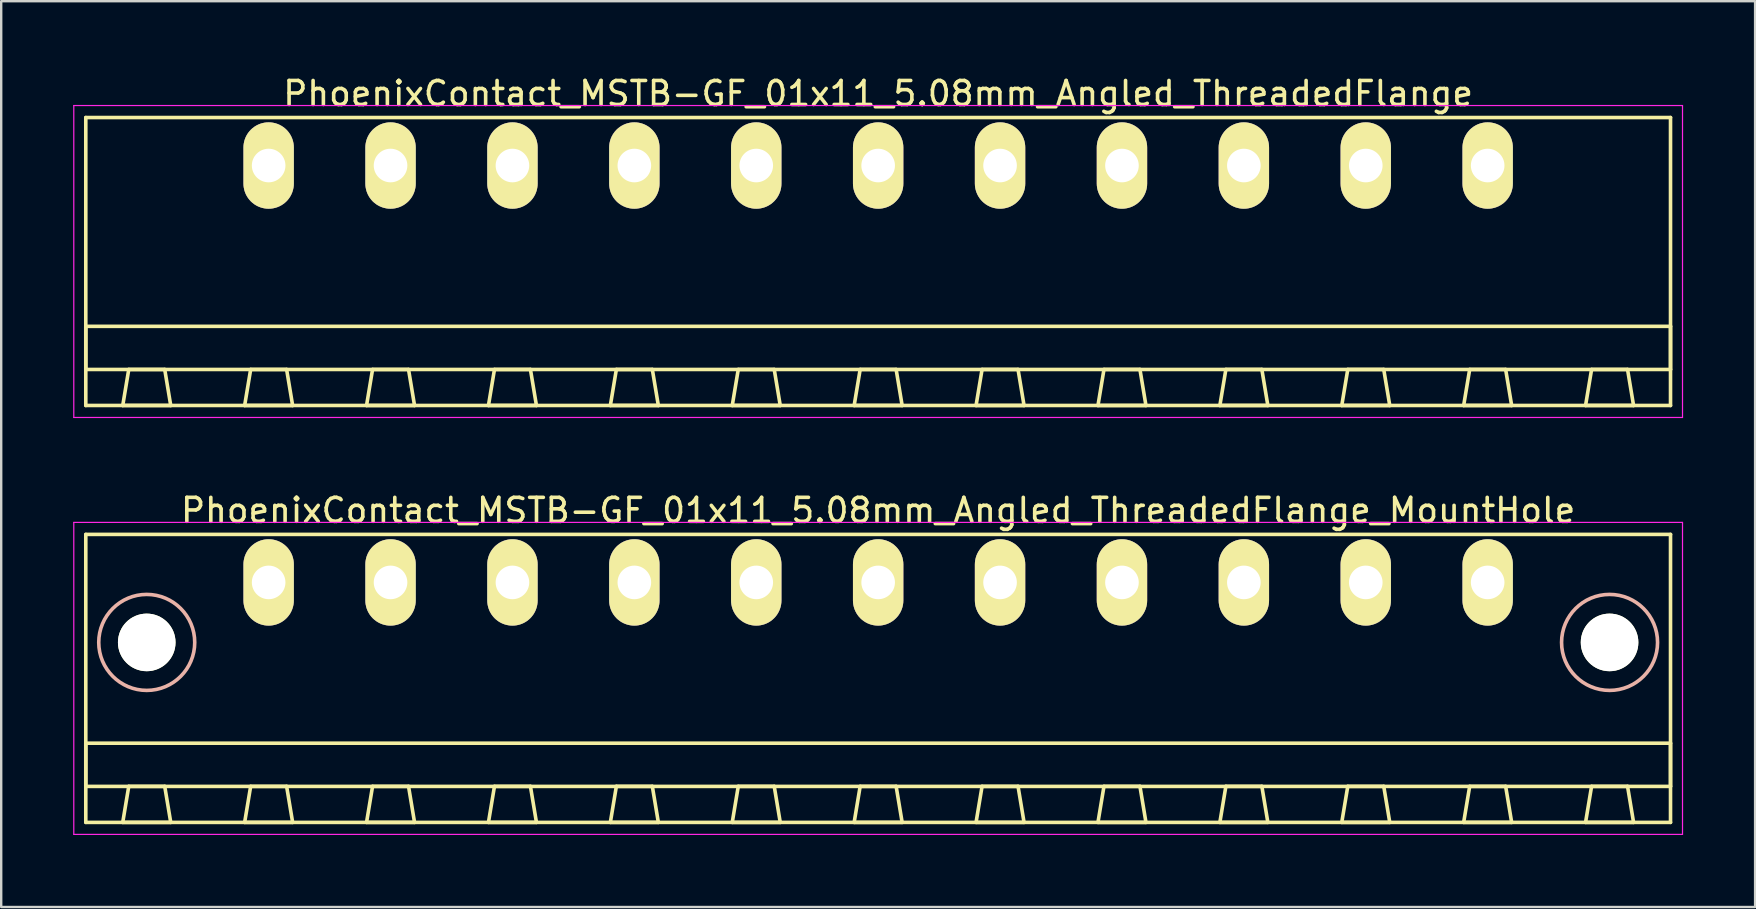
<source format=kicad_pcb>
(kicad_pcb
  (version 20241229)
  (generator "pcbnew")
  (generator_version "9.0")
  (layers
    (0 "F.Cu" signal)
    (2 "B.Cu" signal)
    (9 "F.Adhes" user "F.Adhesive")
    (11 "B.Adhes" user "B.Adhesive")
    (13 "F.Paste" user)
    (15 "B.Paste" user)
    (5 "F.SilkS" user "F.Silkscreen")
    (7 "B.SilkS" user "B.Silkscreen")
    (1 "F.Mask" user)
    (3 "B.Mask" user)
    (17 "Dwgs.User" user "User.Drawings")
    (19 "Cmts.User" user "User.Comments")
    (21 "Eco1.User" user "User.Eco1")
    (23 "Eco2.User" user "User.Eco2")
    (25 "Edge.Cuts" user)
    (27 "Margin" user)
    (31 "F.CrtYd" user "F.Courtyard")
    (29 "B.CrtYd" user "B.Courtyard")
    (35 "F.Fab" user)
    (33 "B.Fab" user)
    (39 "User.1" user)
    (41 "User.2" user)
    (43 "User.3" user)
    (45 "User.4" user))
  (footprint "PhoenixContact_MSTB-GF_01x11_5.08mm_Angled_ThreadedFlange"
    (layer "F.Cu")
    (at 8.145 3.848)
    (property "Reference" "PhoenixContact_MSTB-GF_01x11_5.08mm_Angled_ThreadedFlange" (at 25.4 -3 0) (layer "F.SilkS") (effects (font (size 1 1) (thickness 0.15))))
    (attr through_hole)
    (fp_line (start -7.62 -2) (end -7.62 10) (stroke (width 0.15) (type solid)) (layer "F.SilkS"))
    (fp_line (start -7.62 6.7) (end 58.42 6.7) (stroke (width 0.15) (type solid)) (layer "F.SilkS"))
    (fp_line (start -7.62 8.5) (end -7.62 6.7) (stroke (width 0.15) (type solid)) (layer "F.SilkS"))
    (fp_line (start -7.62 10) (end 58.42 10) (stroke (width 0.15) (type solid)) (layer "F.SilkS"))
    (fp_line (start -6.08 10) (end -4.08 10) (stroke (width 0.15) (type solid)) (layer "F.SilkS"))
    (fp_line (start -5.83 8.5) (end -6.08 10) (stroke (width 0.15) (type solid)) (layer "F.SilkS"))
    (fp_line (start -4.33 8.5) (end -5.83 8.5) (stroke (width 0.15) (type solid)) (layer "F.SilkS"))
    (fp_line (start -4.08 10) (end -4.33 8.5) (stroke (width 0.15) (type solid)) (layer "F.SilkS"))
    (fp_line (start -1 10) (end 1 10) (stroke (width 0.15) (type solid)) (layer "F.SilkS"))
    (fp_line (start -0.75 8.5) (end -1 10) (stroke (width 0.15) (type solid)) (layer "F.SilkS"))
    (fp_line (start 0.75 8.5) (end -0.75 8.5) (stroke (width 0.15) (type solid)) (layer "F.SilkS"))
    (fp_line (start 1 10) (end 0.75 8.5) (stroke (width 0.15) (type solid)) (layer "F.SilkS"))
    (fp_line (start 4.08 10) (end 6.08 10) (stroke (width 0.15) (type solid)) (layer "F.SilkS"))
    (fp_line (start 4.33 8.5) (end 4.08 10) (stroke (width 0.15) (type solid)) (layer "F.SilkS"))
    (fp_line (start 5.83 8.5) (end 4.33 8.5) (stroke (width 0.15) (type solid)) (layer "F.SilkS"))
    (fp_line (start 6.08 10) (end 5.83 8.5) (stroke (width 0.15) (type solid)) (layer "F.SilkS"))
    (fp_line (start 9.16 10) (end 11.16 10) (stroke (width 0.15) (type solid)) (layer "F.SilkS"))
    (fp_line (start 9.41 8.5) (end 9.16 10) (stroke (width 0.15) (type solid)) (layer "F.SilkS"))
    (fp_line (start 10.91 8.5) (end 9.41 8.5) (stroke (width 0.15) (type solid)) (layer "F.SilkS"))
    (fp_line (start 11.16 10) (end 10.91 8.5) (stroke (width 0.15) (type solid)) (layer "F.SilkS"))
    (fp_line (start 14.24 10) (end 16.24 10) (stroke (width 0.15) (type solid)) (layer "F.SilkS"))
    (fp_line (start 14.49 8.5) (end 14.24 10) (stroke (width 0.15) (type solid)) (layer "F.SilkS"))
    (fp_line (start 15.99 8.5) (end 14.49 8.5) (stroke (width 0.15) (type solid)) (layer "F.SilkS"))
    (fp_line (start 16.24 10) (end 15.99 8.5) (stroke (width 0.15) (type solid)) (layer "F.SilkS"))
    (fp_line (start 19.32 10) (end 21.32 10) (stroke (width 0.15) (type solid)) (layer "F.SilkS"))
    (fp_line (start 19.57 8.5) (end 19.32 10) (stroke (width 0.15) (type solid)) (layer "F.SilkS"))
    (fp_line (start 21.07 8.5) (end 19.57 8.5) (stroke (width 0.15) (type solid)) (layer "F.SilkS"))
    (fp_line (start 21.32 10) (end 21.07 8.5) (stroke (width 0.15) (type solid)) (layer "F.SilkS"))
    (fp_line (start 24.4 10) (end 26.4 10) (stroke (width 0.15) (type solid)) (layer "F.SilkS"))
    (fp_line (start 24.65 8.5) (end 24.4 10) (stroke (width 0.15) (type solid)) (layer "F.SilkS"))
    (fp_line (start 26.15 8.5) (end 24.65 8.5) (stroke (width 0.15) (type solid)) (layer "F.SilkS"))
    (fp_line (start 26.4 10) (end 26.15 8.5) (stroke (width 0.15) (type solid)) (layer "F.SilkS"))
    (fp_line (start 29.48 10) (end 31.48 10) (stroke (width 0.15) (type solid)) (layer "F.SilkS"))
    (fp_line (start 29.73 8.5) (end 29.48 10) (stroke (width 0.15) (type solid)) (layer "F.SilkS"))
    (fp_line (start 31.23 8.5) (end 29.73 8.5) (stroke (width 0.15) (type solid)) (layer "F.SilkS"))
    (fp_line (start 31.48 10) (end 31.23 8.5) (stroke (width 0.15) (type solid)) (layer "F.SilkS"))
    (fp_line (start 34.56 10) (end 36.56 10) (stroke (width 0.15) (type solid)) (layer "F.SilkS"))
    (fp_line (start 34.81 8.5) (end 34.56 10) (stroke (width 0.15) (type solid)) (layer "F.SilkS"))
    (fp_line (start 36.31 8.5) (end 34.81 8.5) (stroke (width 0.15) (type solid)) (layer "F.SilkS"))
    (fp_line (start 36.56 10) (end 36.31 8.5) (stroke (width 0.15) (type solid)) (layer "F.SilkS"))
    (fp_line (start 39.64 10) (end 41.64 10) (stroke (width 0.15) (type solid)) (layer "F.SilkS"))
    (fp_line (start 39.89 8.5) (end 39.64 10) (stroke (width 0.15) (type solid)) (layer "F.SilkS"))
    (fp_line (start 41.39 8.5) (end 39.89 8.5) (stroke (width 0.15) (type solid)) (layer "F.SilkS"))
    (fp_line (start 41.64 10) (end 41.39 8.5) (stroke (width 0.15) (type solid)) (layer "F.SilkS"))
    (fp_line (start 44.72 10) (end 46.72 10) (stroke (width 0.15) (type solid)) (layer "F.SilkS"))
    (fp_line (start 44.97 8.5) (end 44.72 10) (stroke (width 0.15) (type solid)) (layer "F.SilkS"))
    (fp_line (start 46.47 8.5) (end 44.97 8.5) (stroke (width 0.15) (type solid)) (layer "F.SilkS"))
    (fp_line (start 46.72 10) (end 46.47 8.5) (stroke (width 0.15) (type solid)) (layer "F.SilkS"))
    (fp_line (start 49.8 10) (end 51.8 10) (stroke (width 0.15) (type solid)) (layer "F.SilkS"))
    (fp_line (start 50.05 8.5) (end 49.8 10) (stroke (width 0.15) (type solid)) (layer "F.SilkS"))
    (fp_line (start 51.55 8.5) (end 50.05 8.5) (stroke (width 0.15) (type solid)) (layer "F.SilkS"))
    (fp_line (start 51.8 10) (end 51.55 8.5) (stroke (width 0.15) (type solid)) (layer "F.SilkS"))
    (fp_line (start 54.88 10) (end 56.88 10) (stroke (width 0.15) (type solid)) (layer "F.SilkS"))
    (fp_line (start 55.13 8.5) (end 54.88 10) (stroke (width 0.15) (type solid)) (layer "F.SilkS"))
    (fp_line (start 56.63 8.5) (end 55.13 8.5) (stroke (width 0.15) (type solid)) (layer "F.SilkS"))
    (fp_line (start 56.88 10) (end 56.63 8.5) (stroke (width 0.15) (type solid)) (layer "F.SilkS"))
    (fp_line (start 58.42 -2) (end -7.62 -2) (stroke (width 0.15) (type solid)) (layer "F.SilkS"))
    (fp_line (start 58.42 6.7) (end 58.42 8.5) (stroke (width 0.15) (type solid)) (layer "F.SilkS"))
    (fp_line (start 58.42 8.5) (end -7.62 8.5) (stroke (width 0.15) (type solid)) (layer "F.SilkS"))
    (fp_line (start 58.42 10) (end 58.42 -2) (stroke (width 0.15) (type solid)) (layer "F.SilkS"))
    (fp_line (start -8.12 -2.5) (end -8.12 10.5) (stroke (width 0.05) (type solid)) (layer "F.CrtYd"))
    (fp_line (start -8.12 10.5) (end 58.92 10.5) (stroke (width 0.05) (type solid)) (layer "F.CrtYd"))
    (fp_line (start 58.92 -2.5) (end -8.12 -2.5) (stroke (width 0.05) (type solid)) (layer "F.CrtYd"))
    (fp_line (start 58.92 10.5) (end 58.92 -2.5) (stroke (width 0.05) (type solid)) (layer "F.CrtYd"))
    (pad "1" thru_hole oval (at 0 0) (size 2.1 3.6) (drill 1.4) (layers "*.Cu" "*.Mask" "F.SilkS"))
    (pad "2" thru_hole oval (at 5.08 0) (size 2.1 3.6) (drill 1.4) (layers "*.Cu" "*.Mask" "F.SilkS"))
    (pad "3" thru_hole oval (at 10.16 0) (size 2.1 3.6) (drill 1.4) (layers "*.Cu" "*.Mask" "F.SilkS"))
    (pad "4" thru_hole oval (at 15.24 0) (size 2.1 3.6) (drill 1.4) (layers "*.Cu" "*.Mask" "F.SilkS"))
    (pad "5" thru_hole oval (at 20.32 0) (size 2.1 3.6) (drill 1.4) (layers "*.Cu" "*.Mask" "F.SilkS"))
    (pad "6" thru_hole oval (at 25.4 0) (size 2.1 3.6) (drill 1.4) (layers "*.Cu" "*.Mask" "F.SilkS"))
    (pad "7" thru_hole oval (at 30.48 0) (size 2.1 3.6) (drill 1.4) (layers "*.Cu" "*.Mask" "F.SilkS"))
    (pad "8" thru_hole oval (at 35.56 0) (size 2.1 3.6) (drill 1.4) (layers "*.Cu" "*.Mask" "F.SilkS"))
    (pad "9" thru_hole oval (at 40.64 0) (size 2.1 3.6) (drill 1.4) (layers "*.Cu" "*.Mask" "F.SilkS"))
    (pad "10" thru_hole oval (at 45.72 0) (size 2.1 3.6) (drill 1.4) (layers "*.Cu" "*.Mask" "F.SilkS"))
    (pad "11" thru_hole oval (at 50.8 0) (size 2.1 3.6) (drill 1.4) (layers "*.Cu" "*.Mask" "F.SilkS")))
  (footprint "PhoenixContact_MSTB-GF_01x11_5.08mm_Angled_ThreadedFlange_MountHole"
    (layer "F.Cu")
    (at 8.145 21.221)
    (property "Reference" "PhoenixContact_MSTB-GF_01x11_5.08mm_Angled_ThreadedFlange_MountHole" (at 25.4 -3 0) (layer "F.SilkS") (effects (font (size 1 1) (thickness 0.15))))
    (attr through_hole)
    (fp_line (start -7.62 -2) (end -7.62 10) (stroke (width 0.15) (type solid)) (layer "F.SilkS"))
    (fp_line (start -7.62 6.7) (end 58.42 6.7) (stroke (width 0.15) (type solid)) (layer "F.SilkS"))
    (fp_line (start -7.62 8.5) (end -7.62 6.7) (stroke (width 0.15) (type solid)) (layer "F.SilkS"))
    (fp_line (start -7.62 10) (end 58.42 10) (stroke (width 0.15) (type solid)) (layer "F.SilkS"))
    (fp_line (start -6.08 10) (end -4.08 10) (stroke (width 0.15) (type solid)) (layer "F.SilkS"))
    (fp_line (start -5.83 8.5) (end -6.08 10) (stroke (width 0.15) (type solid)) (layer "F.SilkS"))
    (fp_line (start -4.33 8.5) (end -5.83 8.5) (stroke (width 0.15) (type solid)) (layer "F.SilkS"))
    (fp_line (start -4.08 10) (end -4.33 8.5) (stroke (width 0.15) (type solid)) (layer "F.SilkS"))
    (fp_line (start -1 10) (end 1 10) (stroke (width 0.15) (type solid)) (layer "F.SilkS"))
    (fp_line (start -0.75 8.5) (end -1 10) (stroke (width 0.15) (type solid)) (layer "F.SilkS"))
    (fp_line (start 0.75 8.5) (end -0.75 8.5) (stroke (width 0.15) (type solid)) (layer "F.SilkS"))
    (fp_line (start 1 10) (end 0.75 8.5) (stroke (width 0.15) (type solid)) (layer "F.SilkS"))
    (fp_line (start 4.08 10) (end 6.08 10) (stroke (width 0.15) (type solid)) (layer "F.SilkS"))
    (fp_line (start 4.33 8.5) (end 4.08 10) (stroke (width 0.15) (type solid)) (layer "F.SilkS"))
    (fp_line (start 5.83 8.5) (end 4.33 8.5) (stroke (width 0.15) (type solid)) (layer "F.SilkS"))
    (fp_line (start 6.08 10) (end 5.83 8.5) (stroke (width 0.15) (type solid)) (layer "F.SilkS"))
    (fp_line (start 9.16 10) (end 11.16 10) (stroke (width 0.15) (type solid)) (layer "F.SilkS"))
    (fp_line (start 9.41 8.5) (end 9.16 10) (stroke (width 0.15) (type solid)) (layer "F.SilkS"))
    (fp_line (start 10.91 8.5) (end 9.41 8.5) (stroke (width 0.15) (type solid)) (layer "F.SilkS"))
    (fp_line (start 11.16 10) (end 10.91 8.5) (stroke (width 0.15) (type solid)) (layer "F.SilkS"))
    (fp_line (start 14.24 10) (end 16.24 10) (stroke (width 0.15) (type solid)) (layer "F.SilkS"))
    (fp_line (start 14.49 8.5) (end 14.24 10) (stroke (width 0.15) (type solid)) (layer "F.SilkS"))
    (fp_line (start 15.99 8.5) (end 14.49 8.5) (stroke (width 0.15) (type solid)) (layer "F.SilkS"))
    (fp_line (start 16.24 10) (end 15.99 8.5) (stroke (width 0.15) (type solid)) (layer "F.SilkS"))
    (fp_line (start 19.32 10) (end 21.32 10) (stroke (width 0.15) (type solid)) (layer "F.SilkS"))
    (fp_line (start 19.57 8.5) (end 19.32 10) (stroke (width 0.15) (type solid)) (layer "F.SilkS"))
    (fp_line (start 21.07 8.5) (end 19.57 8.5) (stroke (width 0.15) (type solid)) (layer "F.SilkS"))
    (fp_line (start 21.32 10) (end 21.07 8.5) (stroke (width 0.15) (type solid)) (layer "F.SilkS"))
    (fp_line (start 24.4 10) (end 26.4 10) (stroke (width 0.15) (type solid)) (layer "F.SilkS"))
    (fp_line (start 24.65 8.5) (end 24.4 10) (stroke (width 0.15) (type solid)) (layer "F.SilkS"))
    (fp_line (start 26.15 8.5) (end 24.65 8.5) (stroke (width 0.15) (type solid)) (layer "F.SilkS"))
    (fp_line (start 26.4 10) (end 26.15 8.5) (stroke (width 0.15) (type solid)) (layer "F.SilkS"))
    (fp_line (start 29.48 10) (end 31.48 10) (stroke (width 0.15) (type solid)) (layer "F.SilkS"))
    (fp_line (start 29.73 8.5) (end 29.48 10) (stroke (width 0.15) (type solid)) (layer "F.SilkS"))
    (fp_line (start 31.23 8.5) (end 29.73 8.5) (stroke (width 0.15) (type solid)) (layer "F.SilkS"))
    (fp_line (start 31.48 10) (end 31.23 8.5) (stroke (width 0.15) (type solid)) (layer "F.SilkS"))
    (fp_line (start 34.56 10) (end 36.56 10) (stroke (width 0.15) (type solid)) (layer "F.SilkS"))
    (fp_line (start 34.81 8.5) (end 34.56 10) (stroke (width 0.15) (type solid)) (layer "F.SilkS"))
    (fp_line (start 36.31 8.5) (end 34.81 8.5) (stroke (width 0.15) (type solid)) (layer "F.SilkS"))
    (fp_line (start 36.56 10) (end 36.31 8.5) (stroke (width 0.15) (type solid)) (layer "F.SilkS"))
    (fp_line (start 39.64 10) (end 41.64 10) (stroke (width 0.15) (type solid)) (layer "F.SilkS"))
    (fp_line (start 39.89 8.5) (end 39.64 10) (stroke (width 0.15) (type solid)) (layer "F.SilkS"))
    (fp_line (start 41.39 8.5) (end 39.89 8.5) (stroke (width 0.15) (type solid)) (layer "F.SilkS"))
    (fp_line (start 41.64 10) (end 41.39 8.5) (stroke (width 0.15) (type solid)) (layer "F.SilkS"))
    (fp_line (start 44.72 10) (end 46.72 10) (stroke (width 0.15) (type solid)) (layer "F.SilkS"))
    (fp_line (start 44.97 8.5) (end 44.72 10) (stroke (width 0.15) (type solid)) (layer "F.SilkS"))
    (fp_line (start 46.47 8.5) (end 44.97 8.5) (stroke (width 0.15) (type solid)) (layer "F.SilkS"))
    (fp_line (start 46.72 10) (end 46.47 8.5) (stroke (width 0.15) (type solid)) (layer "F.SilkS"))
    (fp_line (start 49.8 10) (end 51.8 10) (stroke (width 0.15) (type solid)) (layer "F.SilkS"))
    (fp_line (start 50.05 8.5) (end 49.8 10) (stroke (width 0.15) (type solid)) (layer "F.SilkS"))
    (fp_line (start 51.55 8.5) (end 50.05 8.5) (stroke (width 0.15) (type solid)) (layer "F.SilkS"))
    (fp_line (start 51.8 10) (end 51.55 8.5) (stroke (width 0.15) (type solid)) (layer "F.SilkS"))
    (fp_line (start 54.88 10) (end 56.88 10) (stroke (width 0.15) (type solid)) (layer "F.SilkS"))
    (fp_line (start 55.13 8.5) (end 54.88 10) (stroke (width 0.15) (type solid)) (layer "F.SilkS"))
    (fp_line (start 56.63 8.5) (end 55.13 8.5) (stroke (width 0.15) (type solid)) (layer "F.SilkS"))
    (fp_line (start 56.88 10) (end 56.63 8.5) (stroke (width 0.15) (type solid)) (layer "F.SilkS"))
    (fp_line (start 58.42 -2) (end -7.62 -2) (stroke (width 0.15) (type solid)) (layer "F.SilkS"))
    (fp_line (start 58.42 6.7) (end 58.42 8.5) (stroke (width 0.15) (type solid)) (layer "F.SilkS"))
    (fp_line (start 58.42 8.5) (end -7.62 8.5) (stroke (width 0.15) (type solid)) (layer "F.SilkS"))
    (fp_line (start 58.42 10) (end 58.42 -2) (stroke (width 0.15) (type solid)) (layer "F.SilkS"))
    (fp_circle (center -5.08 2.5) (end -3.08 2.5) (stroke (width 0.15) (type solid)) (fill no) (layer "B.SilkS"))
    (fp_circle (center 55.88 2.5) (end 57.88 2.5) (stroke (width 0.15) (type solid)) (fill no) (layer "B.SilkS"))
    (fp_line (start -8.12 -2.5) (end -8.12 10.5) (stroke (width 0.05) (type solid)) (layer "F.CrtYd"))
    (fp_line (start -8.12 10.5) (end 58.92 10.5) (stroke (width 0.05) (type solid)) (layer "F.CrtYd"))
    (fp_line (start 58.92 -2.5) (end -8.12 -2.5) (stroke (width 0.05) (type solid)) (layer "F.CrtYd"))
    (fp_line (start 58.92 10.5) (end 58.92 -2.5) (stroke (width 0.05) (type solid)) (layer "F.CrtYd"))
    (pad "" np_thru_hole circle (at -5.08 2.5) (size 2.4 2.4) (drill 2.4) (layers "*.Cu" "*.Mask" "F.SilkS"))
    (pad "" np_thru_hole circle (at 55.88 2.5) (size 2.4 2.4) (drill 2.4) (layers "*.Cu" "*.Mask" "F.SilkS"))
    (pad "1" thru_hole oval (at 0 0) (size 2.1 3.6) (drill 1.4) (layers "*.Cu" "*.Mask" "F.SilkS"))
    (pad "2" thru_hole oval (at 5.08 0) (size 2.1 3.6) (drill 1.4) (layers "*.Cu" "*.Mask" "F.SilkS"))
    (pad "3" thru_hole oval (at 10.16 0) (size 2.1 3.6) (drill 1.4) (layers "*.Cu" "*.Mask" "F.SilkS"))
    (pad "4" thru_hole oval (at 15.24 0) (size 2.1 3.6) (drill 1.4) (layers "*.Cu" "*.Mask" "F.SilkS"))
    (pad "5" thru_hole oval (at 20.32 0) (size 2.1 3.6) (drill 1.4) (layers "*.Cu" "*.Mask" "F.SilkS"))
    (pad "6" thru_hole oval (at 25.4 0) (size 2.1 3.6) (drill 1.4) (layers "*.Cu" "*.Mask" "F.SilkS"))
    (pad "7" thru_hole oval (at 30.48 0) (size 2.1 3.6) (drill 1.4) (layers "*.Cu" "*.Mask" "F.SilkS"))
    (pad "8" thru_hole oval (at 35.56 0) (size 2.1 3.6) (drill 1.4) (layers "*.Cu" "*.Mask" "F.SilkS"))
    (pad "9" thru_hole oval (at 40.64 0) (size 2.1 3.6) (drill 1.4) (layers "*.Cu" "*.Mask" "F.SilkS"))
    (pad "10" thru_hole oval (at 45.72 0) (size 2.1 3.6) (drill 1.4) (layers "*.Cu" "*.Mask" "F.SilkS"))
    (pad "11" thru_hole oval (at 50.8 0) (size 2.1 3.6) (drill 1.4) (layers "*.Cu" "*.Mask" "F.SilkS")))
  (gr_rect
    (start -3 -3)
    (end 70.09 34.746)
    (stroke (width 0.1) (type default))
    (fill no)
    (layer "Edge.Cuts")))
</source>
